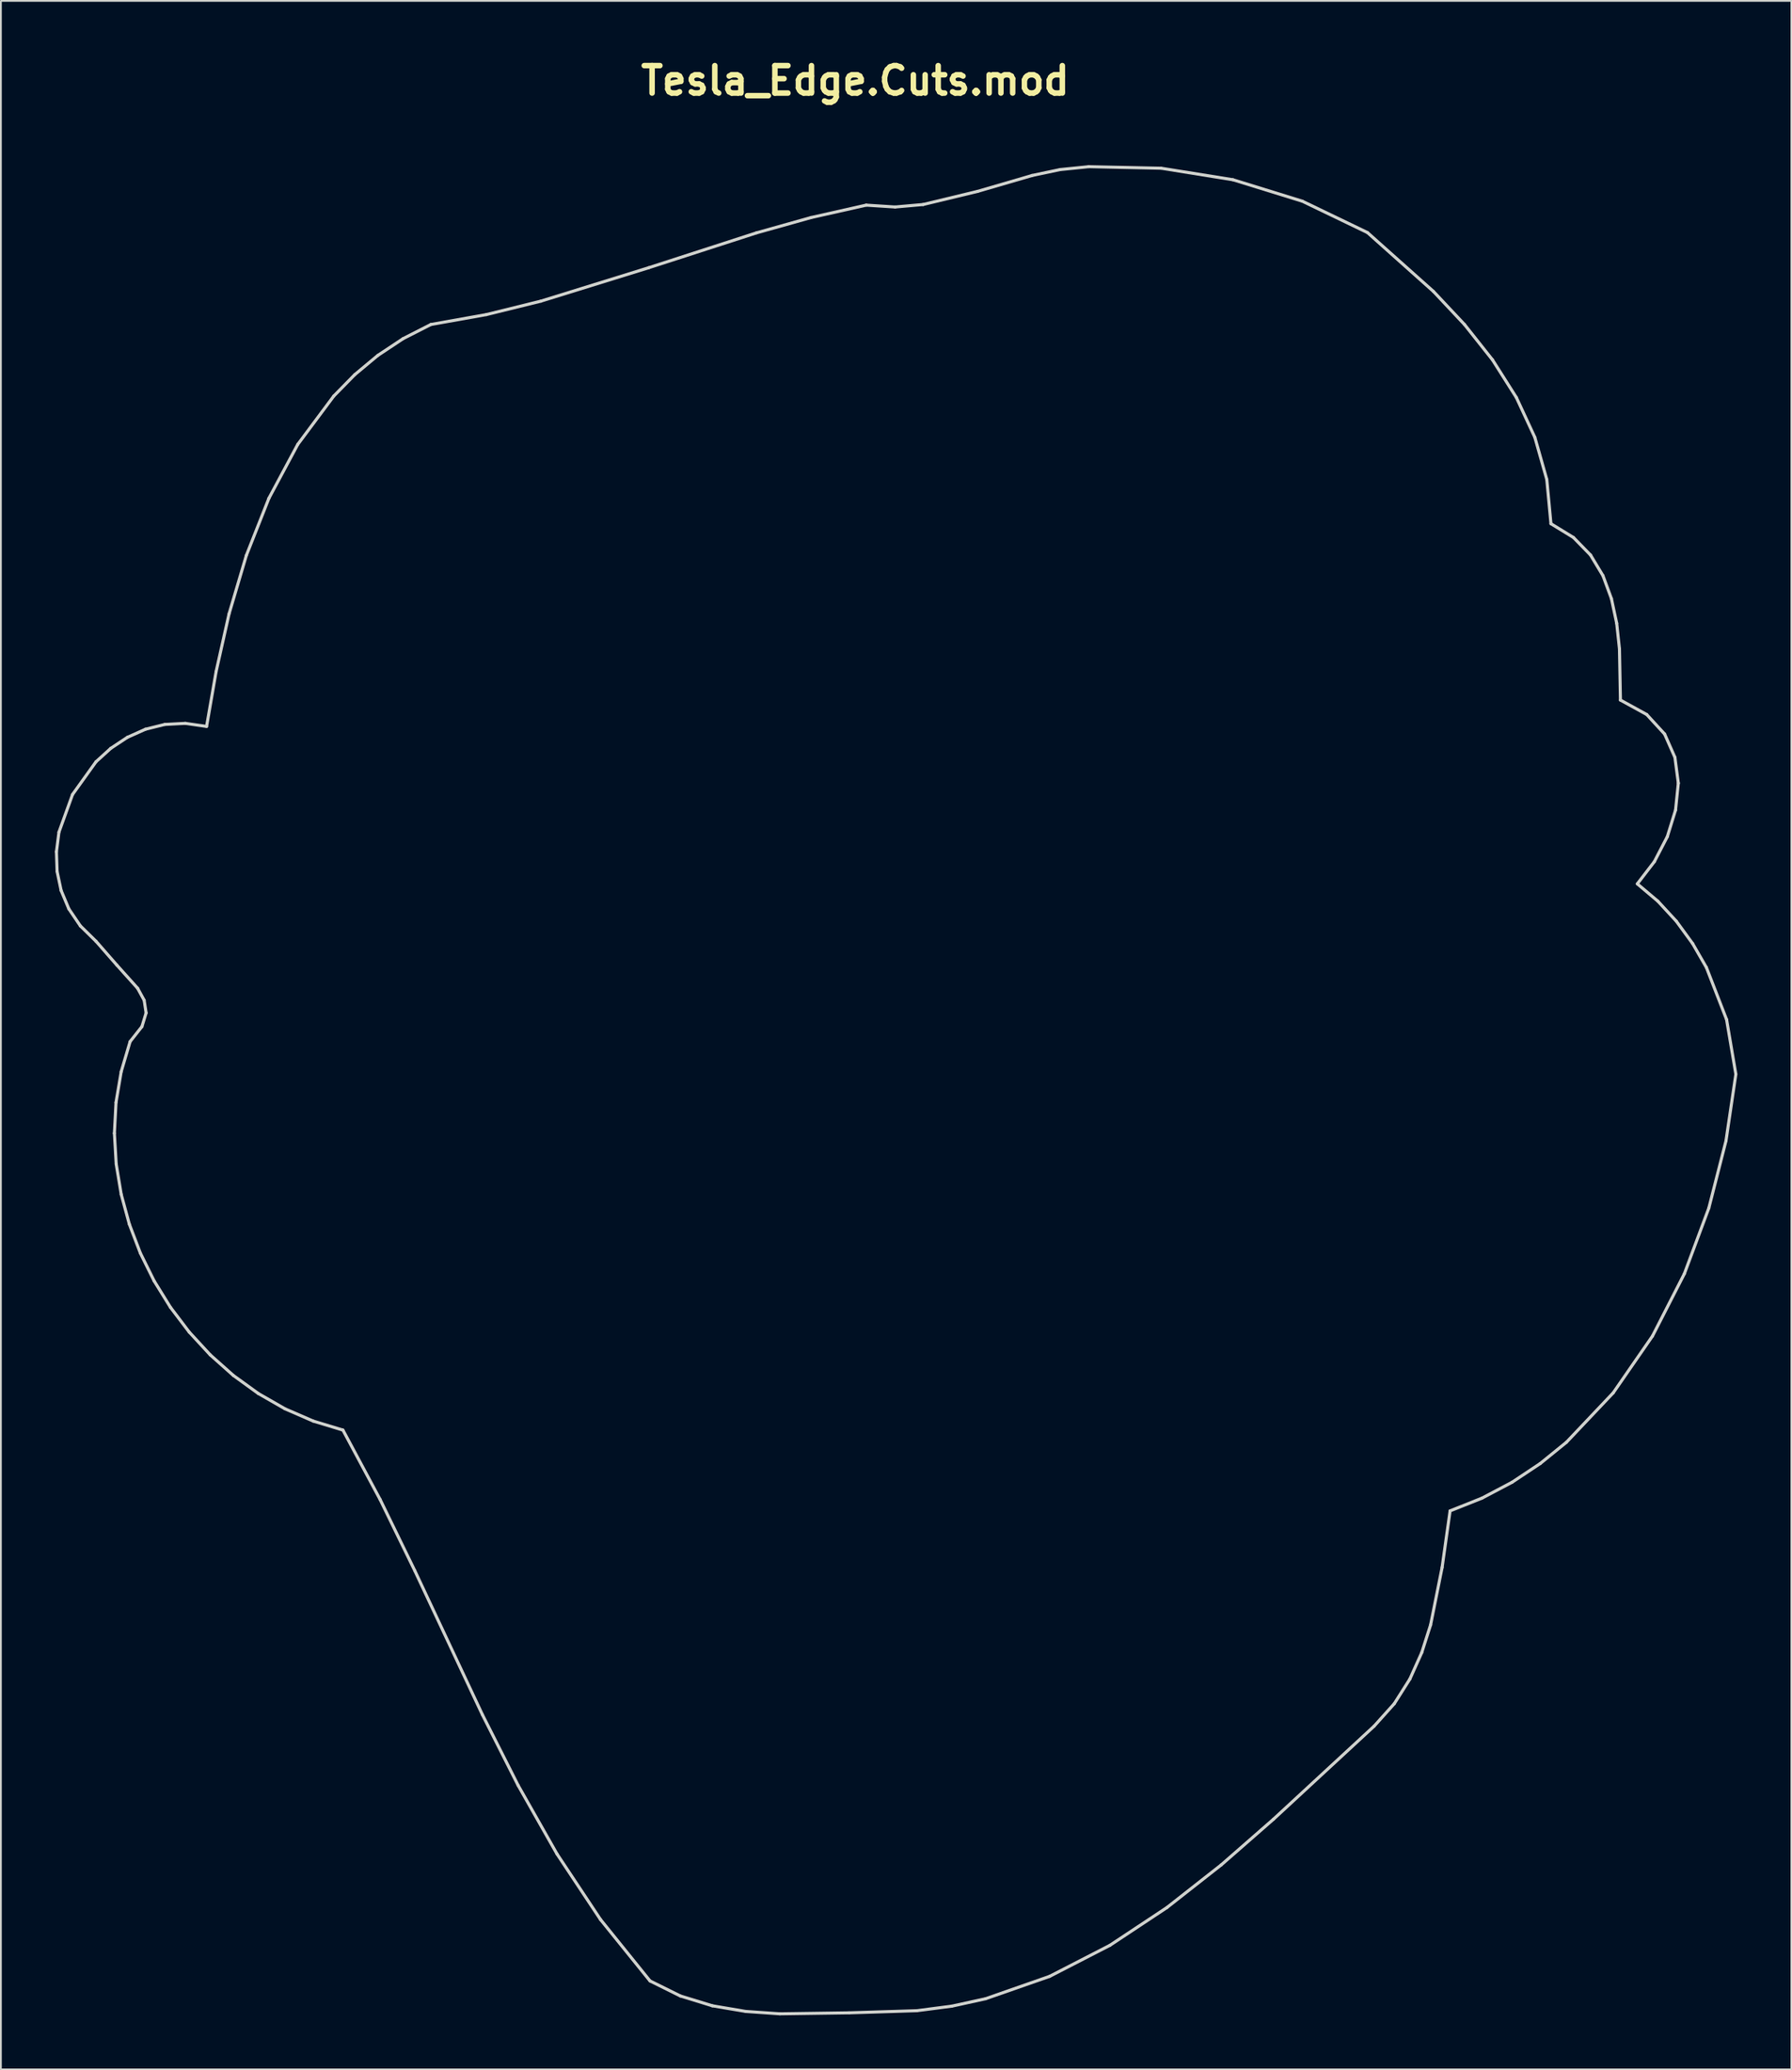
<source format=kicad_pcb>
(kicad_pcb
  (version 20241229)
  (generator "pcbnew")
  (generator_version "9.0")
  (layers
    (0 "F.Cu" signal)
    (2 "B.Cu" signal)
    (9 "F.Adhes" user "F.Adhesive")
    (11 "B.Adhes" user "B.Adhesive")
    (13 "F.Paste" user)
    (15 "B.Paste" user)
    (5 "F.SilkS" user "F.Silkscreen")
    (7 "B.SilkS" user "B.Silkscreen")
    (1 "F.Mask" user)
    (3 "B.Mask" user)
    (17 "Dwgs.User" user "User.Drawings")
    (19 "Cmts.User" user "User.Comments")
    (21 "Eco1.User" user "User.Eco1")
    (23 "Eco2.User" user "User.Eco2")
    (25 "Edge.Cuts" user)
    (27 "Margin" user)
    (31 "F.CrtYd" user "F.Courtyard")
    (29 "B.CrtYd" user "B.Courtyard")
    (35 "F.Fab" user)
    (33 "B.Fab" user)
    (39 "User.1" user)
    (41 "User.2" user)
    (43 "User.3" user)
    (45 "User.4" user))
  (footprint "Tesla_Edge.Cuts.mod"
    (layer "F.Cu")
    (at 44.457 56.612)
    (property "Reference" "Tesla_Edge.Cuts.mod" (at 0 -55.185 0) (layer "F.SilkS") (effects (font (size 1.524 1.524) (thickness 0.305))))
    (attr smd)
    (fp_line (start -44.372 -12.376) (end -44.336 -11.288) (stroke (width 0.17) (type solid)) (layer "Edge.Cuts"))
    (fp_line (start -44.336 -11.288) (end -44.111 -10.224) (stroke (width 0.17) (type solid)) (layer "Edge.Cuts"))
    (fp_line (start -44.232 -13.466) (end -44.372 -12.376) (stroke (width 0.17) (type solid)) (layer "Edge.Cuts"))
    (fp_line (start -44.111 -10.224) (end -43.684 -9.206) (stroke (width 0.17) (type solid)) (layer "Edge.Cuts"))
    (fp_line (start -43.684 -9.206) (end -43.042 -8.259) (stroke (width 0.17) (type solid)) (layer "Edge.Cuts"))
    (fp_line (start -43.478 -15.554) (end -44.232 -13.466) (stroke (width 0.17) (type solid)) (layer "Edge.Cuts"))
    (fp_line (start -43.042 -8.259) (end -42.172 -7.405) (stroke (width 0.17) (type solid)) (layer "Edge.Cuts"))
    (fp_line (start -42.176 -17.37) (end -43.478 -15.554) (stroke (width 0.17) (type solid)) (layer "Edge.Cuts"))
    (fp_line (start -42.172 -7.405) (end -41.015 -6.082) (stroke (width 0.17) (type solid)) (layer "Edge.Cuts"))
    (fp_line (start -41.353 -18.118) (end -42.176 -17.37) (stroke (width 0.17) (type solid)) (layer "Edge.Cuts"))
    (fp_line (start -41.153 3.249) (end -41.053 4.957) (stroke (width 0.17) (type solid)) (layer "Edge.Cuts"))
    (fp_line (start -41.063 1.537) (end -41.153 3.249) (stroke (width 0.17) (type solid)) (layer "Edge.Cuts"))
    (fp_line (start -41.053 4.957) (end -40.773 6.646) (stroke (width 0.17) (type solid)) (layer "Edge.Cuts"))
    (fp_line (start -41.015 -6.082) (end -39.863 -4.799) (stroke (width 0.17) (type solid)) (layer "Edge.Cuts"))
    (fp_line (start -40.775 -0.165) (end -41.063 1.537) (stroke (width 0.17) (type solid)) (layer "Edge.Cuts"))
    (fp_line (start -40.773 6.646) (end -40.322 8.302) (stroke (width 0.17) (type solid)) (layer "Edge.Cuts"))
    (fp_line (start -40.432 -18.728) (end -41.353 -18.118) (stroke (width 0.17) (type solid)) (layer "Edge.Cuts"))
    (fp_line (start -40.322 8.302) (end -39.709 9.909) (stroke (width 0.17) (type solid)) (layer "Edge.Cuts"))
    (fp_line (start -40.279 -1.84) (end -40.775 -0.165) (stroke (width 0.17) (type solid)) (layer "Edge.Cuts"))
    (fp_line (start -39.863 -4.799) (end -39.499 -4.132) (stroke (width 0.17) (type solid)) (layer "Edge.Cuts"))
    (fp_line (start -39.709 9.909) (end -38.944 11.453) (stroke (width 0.17) (type solid)) (layer "Edge.Cuts"))
    (fp_line (start -39.623 -2.669) (end -40.279 -1.84) (stroke (width 0.17) (type solid)) (layer "Edge.Cuts"))
    (fp_line (start -39.499 -4.132) (end -39.391 -3.428) (stroke (width 0.17) (type solid)) (layer "Edge.Cuts"))
    (fp_line (start -39.426 -19.178) (end -40.432 -18.728) (stroke (width 0.17) (type solid)) (layer "Edge.Cuts"))
    (fp_line (start -39.391 -3.428) (end -39.623 -2.669) (stroke (width 0.17) (type solid)) (layer "Edge.Cuts"))
    (fp_line (start -38.944 11.453) (end -38.036 12.919) (stroke (width 0.17) (type solid)) (layer "Edge.Cuts"))
    (fp_line (start -38.349 -19.445) (end -39.426 -19.178) (stroke (width 0.17) (type solid)) (layer "Edge.Cuts"))
    (fp_line (start -38.036 12.919) (end -36.995 14.291) (stroke (width 0.17) (type solid)) (layer "Edge.Cuts"))
    (fp_line (start -37.213 -19.504) (end -38.349 -19.445) (stroke (width 0.17) (type solid)) (layer "Edge.Cuts"))
    (fp_line (start -36.995 14.291) (end -35.829 15.555) (stroke (width 0.17) (type solid)) (layer "Edge.Cuts"))
    (fp_line (start -36.032 -19.334) (end -37.213 -19.504) (stroke (width 0.17) (type solid)) (layer "Edge.Cuts"))
    (fp_line (start -35.829 15.555) (end -34.547 16.696) (stroke (width 0.17) (type solid)) (layer "Edge.Cuts"))
    (fp_line (start -35.503 -22.376) (end -36.032 -19.334) (stroke (width 0.17) (type solid)) (layer "Edge.Cuts"))
    (fp_line (start -34.784 -25.58) (end -35.503 -22.376) (stroke (width 0.17) (type solid)) (layer "Edge.Cuts"))
    (fp_line (start -34.547 16.696) (end -33.16 17.699) (stroke (width 0.17) (type solid)) (layer "Edge.Cuts"))
    (fp_line (start -33.823 -28.828) (end -34.784 -25.58) (stroke (width 0.17) (type solid)) (layer "Edge.Cuts"))
    (fp_line (start -33.16 17.699) (end -31.677 18.549) (stroke (width 0.17) (type solid)) (layer "Edge.Cuts"))
    (fp_line (start -32.568 -32.003) (end -33.823 -28.828) (stroke (width 0.17) (type solid)) (layer "Edge.Cuts"))
    (fp_line (start -31.677 18.549) (end -30.106 19.231) (stroke (width 0.17) (type solid)) (layer "Edge.Cuts"))
    (fp_line (start -30.967 -34.99) (end -32.568 -32.003) (stroke (width 0.17) (type solid)) (layer "Edge.Cuts"))
    (fp_line (start -30.106 19.231) (end -28.457 19.731) (stroke (width 0.17) (type solid)) (layer "Edge.Cuts"))
    (fp_line (start -28.969 -37.671) (end -30.967 -34.99) (stroke (width 0.17) (type solid)) (layer "Edge.Cuts"))
    (fp_line (start -28.457 19.731) (end -26.393 23.583) (stroke (width 0.17) (type solid)) (layer "Edge.Cuts"))
    (fp_line (start -27.804 -38.86) (end -28.969 -37.671) (stroke (width 0.17) (type solid)) (layer "Edge.Cuts"))
    (fp_line (start -26.521 -39.929) (end -27.804 -38.86) (stroke (width 0.17) (type solid)) (layer "Edge.Cuts"))
    (fp_line (start -26.393 23.583) (end -24.466 27.536) (stroke (width 0.17) (type solid)) (layer "Edge.Cuts"))
    (fp_line (start -25.113 -40.863) (end -26.521 -39.929) (stroke (width 0.17) (type solid)) (layer "Edge.Cuts"))
    (fp_line (start -24.466 27.536) (end -20.711 35.529) (stroke (width 0.17) (type solid)) (layer "Edge.Cuts"))
    (fp_line (start -23.572 -41.648) (end -25.113 -40.863) (stroke (width 0.17) (type solid)) (layer "Edge.Cuts"))
    (fp_line (start -20.711 35.529) (end -18.725 39.457) (stroke (width 0.17) (type solid)) (layer "Edge.Cuts"))
    (fp_line (start -20.494 -42.196) (end -23.572 -41.648) (stroke (width 0.17) (type solid)) (layer "Edge.Cuts"))
    (fp_line (start -18.725 39.457) (end -16.564 43.268) (stroke (width 0.17) (type solid)) (layer "Edge.Cuts"))
    (fp_line (start -17.461 -42.944) (end -20.494 -42.196) (stroke (width 0.17) (type solid)) (layer "Edge.Cuts"))
    (fp_line (start -16.564 43.268) (end -14.149 46.904) (stroke (width 0.17) (type solid)) (layer "Edge.Cuts"))
    (fp_line (start -14.149 46.904) (end -11.4 50.311) (stroke (width 0.17) (type solid)) (layer "Edge.Cuts"))
    (fp_line (start -11.471 -44.799) (end -17.461 -42.944) (stroke (width 0.17) (type solid)) (layer "Edge.Cuts"))
    (fp_line (start -11.4 50.311) (end -9.714 51.146) (stroke (width 0.17) (type solid)) (layer "Edge.Cuts"))
    (fp_line (start -9.714 51.146) (end -7.935 51.692) (stroke (width 0.17) (type solid)) (layer "Edge.Cuts"))
    (fp_line (start -7.935 51.692) (end -6.085 52.004) (stroke (width 0.17) (type solid)) (layer "Edge.Cuts"))
    (fp_line (start -6.085 52.004) (end -4.188 52.137) (stroke (width 0.17) (type solid)) (layer "Edge.Cuts"))
    (fp_line (start -5.486 -46.734) (end -11.471 -44.799) (stroke (width 0.17) (type solid)) (layer "Edge.Cuts"))
    (fp_line (start -4.188 52.137) (end -0.34 52.082) (stroke (width 0.17) (type solid)) (layer "Edge.Cuts"))
    (fp_line (start -2.459 -47.583) (end -5.486 -46.734) (stroke (width 0.17) (type solid)) (layer "Edge.Cuts"))
    (fp_line (start -0.34 52.082) (end 3.429 51.963) (stroke (width 0.17) (type solid)) (layer "Edge.Cuts"))
    (fp_line (start 0.611 -48.274) (end -2.459 -47.583) (stroke (width 0.17) (type solid)) (layer "Edge.Cuts"))
    (fp_line (start 2.214 -48.17) (end 0.611 -48.274) (stroke (width 0.17) (type solid)) (layer "Edge.Cuts"))
    (fp_line (start 3.429 51.963) (end 5.366 51.711) (stroke (width 0.17) (type solid)) (layer "Edge.Cuts"))
    (fp_line (start 3.769 -48.308) (end 2.214 -48.17) (stroke (width 0.17) (type solid)) (layer "Edge.Cuts"))
    (fp_line (start 5.366 51.711) (end 7.237 51.301) (stroke (width 0.17) (type solid)) (layer "Edge.Cuts"))
    (fp_line (start 6.799 -49.038) (end 3.769 -48.308) (stroke (width 0.17) (type solid)) (layer "Edge.Cuts"))
    (fp_line (start 7.237 51.301) (end 10.799 50.057) (stroke (width 0.17) (type solid)) (layer "Edge.Cuts"))
    (fp_line (start 9.826 -49.92) (end 6.799 -49.038) (stroke (width 0.17) (type solid)) (layer "Edge.Cuts"))
    (fp_line (start 10.799 50.057) (end 14.146 48.335) (stroke (width 0.17) (type solid)) (layer "Edge.Cuts"))
    (fp_line (start 11.376 -50.247) (end 9.826 -49.92) (stroke (width 0.17) (type solid)) (layer "Edge.Cuts"))
    (fp_line (start 12.972 -50.409) (end 12.972 -50.409) (stroke (width 0.17) (type solid)) (layer "Edge.Cuts"))
    (fp_line (start 12.972 -50.409) (end 11.376 -50.247) (stroke (width 0.17) (type solid)) (layer "Edge.Cuts"))
    (fp_line (start 14.146 48.335) (end 17.313 46.238) (stroke (width 0.17) (type solid)) (layer "Edge.Cuts"))
    (fp_line (start 16.99 -50.323) (end 12.972 -50.409) (stroke (width 0.17) (type solid)) (layer "Edge.Cuts"))
    (fp_line (start 17.313 46.238) (end 20.331 43.869) (stroke (width 0.17) (type solid)) (layer "Edge.Cuts"))
    (fp_line (start 20.331 43.869) (end 23.234 41.332) (stroke (width 0.17) (type solid)) (layer "Edge.Cuts"))
    (fp_line (start 20.978 -49.684) (end 16.99 -50.323) (stroke (width 0.17) (type solid)) (layer "Edge.Cuts"))
    (fp_line (start 23.234 41.332) (end 28.825 36.165) (stroke (width 0.17) (type solid)) (layer "Edge.Cuts"))
    (fp_line (start 24.833 -48.493) (end 20.978 -49.684) (stroke (width 0.17) (type solid)) (layer "Edge.Cuts"))
    (fp_line (start 28.453 -46.751) (end 24.833 -48.493) (stroke (width 0.17) (type solid)) (layer "Edge.Cuts"))
    (fp_line (start 28.825 36.165) (end 29.941 34.922) (stroke (width 0.17) (type solid)) (layer "Edge.Cuts"))
    (fp_line (start 29.941 34.922) (end 30.809 33.552) (stroke (width 0.17) (type solid)) (layer "Edge.Cuts"))
    (fp_line (start 30.809 33.552) (end 31.469 32.082) (stroke (width 0.17) (type solid)) (layer "Edge.Cuts"))
    (fp_line (start 31.469 32.082) (end 31.962 30.54) (stroke (width 0.17) (type solid)) (layer "Edge.Cuts"))
    (fp_line (start 31.962 30.54) (end 32.6 27.354) (stroke (width 0.17) (type solid)) (layer "Edge.Cuts"))
    (fp_line (start 32.121 -43.48) (end 28.453 -46.751) (stroke (width 0.17) (type solid)) (layer "Edge.Cuts"))
    (fp_line (start 32.6 27.354) (end 33.042 24.216) (stroke (width 0.17) (type solid)) (layer "Edge.Cuts"))
    (fp_line (start 33.042 24.216) (end 34.816 23.508) (stroke (width 0.17) (type solid)) (layer "Edge.Cuts"))
    (fp_line (start 33.842 -41.648) (end 32.121 -43.48) (stroke (width 0.17) (type solid)) (layer "Edge.Cuts"))
    (fp_line (start 34.816 23.508) (end 36.484 22.628) (stroke (width 0.17) (type solid)) (layer "Edge.Cuts"))
    (fp_line (start 35.398 -39.686) (end 33.842 -41.648) (stroke (width 0.17) (type solid)) (layer "Edge.Cuts"))
    (fp_line (start 36.484 22.628) (end 38.046 21.59) (stroke (width 0.17) (type solid)) (layer "Edge.Cuts"))
    (fp_line (start 36.723 -37.597) (end 35.398 -39.686) (stroke (width 0.17) (type solid)) (layer "Edge.Cuts"))
    (fp_line (start 37.751 -35.383) (end 36.723 -37.597) (stroke (width 0.17) (type solid)) (layer "Edge.Cuts"))
    (fp_line (start 38.046 21.59) (end 39.504 20.408) (stroke (width 0.17) (type solid)) (layer "Edge.Cuts"))
    (fp_line (start 38.414 -33.045) (end 37.751 -35.383) (stroke (width 0.17) (type solid)) (layer "Edge.Cuts"))
    (fp_line (start 38.646 -30.587) (end 38.414 -33.045) (stroke (width 0.17) (type solid)) (layer "Edge.Cuts"))
    (fp_line (start 39.504 20.408) (end 42.103 17.665) (stroke (width 0.17) (type solid)) (layer "Edge.Cuts"))
    (fp_line (start 39.896 -29.822) (end 38.646 -30.587) (stroke (width 0.17) (type solid)) (layer "Edge.Cuts"))
    (fp_line (start 40.845 -28.848) (end 39.896 -29.822) (stroke (width 0.17) (type solid)) (layer "Edge.Cuts"))
    (fp_line (start 41.535 -27.703) (end 40.845 -28.848) (stroke (width 0.17) (type solid)) (layer "Edge.Cuts"))
    (fp_line (start 42.005 -26.427) (end 41.535 -27.703) (stroke (width 0.17) (type solid)) (layer "Edge.Cuts"))
    (fp_line (start 42.103 17.665) (end 44.286 14.51) (stroke (width 0.17) (type solid)) (layer "Edge.Cuts"))
    (fp_line (start 42.298 -25.06) (end 42.005 -26.427) (stroke (width 0.17) (type solid)) (layer "Edge.Cuts"))
    (fp_line (start 42.451 -23.639) (end 42.298 -25.06) (stroke (width 0.17) (type solid)) (layer "Edge.Cuts"))
    (fp_line (start 42.506 -20.797) (end 42.451 -23.639) (stroke (width 0.17) (type solid)) (layer "Edge.Cuts"))
    (fp_line (start 43.443 -10.595) (end 44.388 -11.824) (stroke (width 0.17) (type solid)) (layer "Edge.Cuts"))
    (fp_line (start 43.964 -19.996) (end 42.506 -20.797) (stroke (width 0.17) (type solid)) (layer "Edge.Cuts"))
    (fp_line (start 44.286 14.51) (end 46.056 11.053) (stroke (width 0.17) (type solid)) (layer "Edge.Cuts"))
    (fp_line (start 44.388 -11.824) (end 45.11 -13.215) (stroke (width 0.17) (type solid)) (layer "Edge.Cuts"))
    (fp_line (start 44.586 -9.63) (end 43.443 -10.595) (stroke (width 0.17) (type solid)) (layer "Edge.Cuts"))
    (fp_line (start 44.96 -18.911) (end 43.964 -19.996) (stroke (width 0.17) (type solid)) (layer "Edge.Cuts"))
    (fp_line (start 45.11 -13.215) (end 45.567 -14.693) (stroke (width 0.17) (type solid)) (layer "Edge.Cuts"))
    (fp_line (start 45.532 -17.616) (end 44.96 -18.911) (stroke (width 0.17) (type solid)) (layer "Edge.Cuts"))
    (fp_line (start 45.567 -14.693) (end 45.721 -16.185) (stroke (width 0.17) (type solid)) (layer "Edge.Cuts"))
    (fp_line (start 45.611 -8.519) (end 44.586 -9.63) (stroke (width 0.17) (type solid)) (layer "Edge.Cuts"))
    (fp_line (start 45.721 -16.185) (end 45.532 -17.616) (stroke (width 0.17) (type solid)) (layer "Edge.Cuts"))
    (fp_line (start 46.056 11.053) (end 47.416 7.404) (stroke (width 0.17) (type solid)) (layer "Edge.Cuts"))
    (fp_line (start 46.512 -7.285) (end 45.611 -8.519) (stroke (width 0.17) (type solid)) (layer "Edge.Cuts"))
    (fp_line (start 47.282 -5.949) (end 46.512 -7.285) (stroke (width 0.17) (type solid)) (layer "Edge.Cuts"))
    (fp_line (start 47.416 7.404) (end 48.368 3.675) (stroke (width 0.17) (type solid)) (layer "Edge.Cuts"))
    (fp_line (start 48.368 3.675) (end 48.917 -0.026) (stroke (width 0.17) (type solid)) (layer "Edge.Cuts"))
    (fp_line (start 48.402 -3.06) (end 47.282 -5.949) (stroke (width 0.17) (type solid)) (layer "Edge.Cuts"))
    (fp_line (start 48.917 -0.026) (end 48.402 -3.06) (stroke (width 0.17) (type solid)) (layer "Edge.Cuts")))
  (gr_rect
    (start -3 -3)
    (end 96.459 111.834)
    (stroke (width 0.1) (type default))
    (fill no)
    (layer "Edge.Cuts")))
</source>
